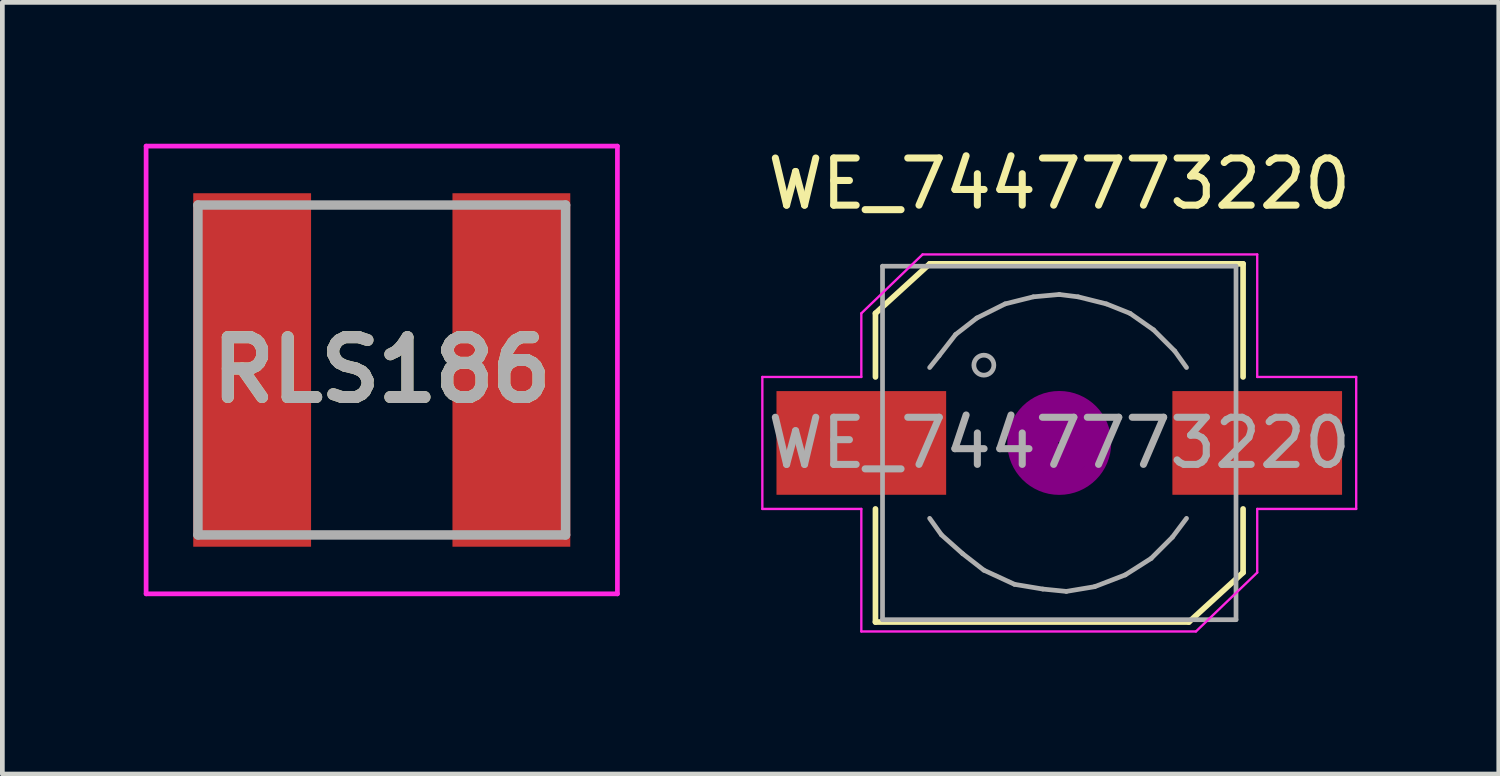
<source format=kicad_pcb>
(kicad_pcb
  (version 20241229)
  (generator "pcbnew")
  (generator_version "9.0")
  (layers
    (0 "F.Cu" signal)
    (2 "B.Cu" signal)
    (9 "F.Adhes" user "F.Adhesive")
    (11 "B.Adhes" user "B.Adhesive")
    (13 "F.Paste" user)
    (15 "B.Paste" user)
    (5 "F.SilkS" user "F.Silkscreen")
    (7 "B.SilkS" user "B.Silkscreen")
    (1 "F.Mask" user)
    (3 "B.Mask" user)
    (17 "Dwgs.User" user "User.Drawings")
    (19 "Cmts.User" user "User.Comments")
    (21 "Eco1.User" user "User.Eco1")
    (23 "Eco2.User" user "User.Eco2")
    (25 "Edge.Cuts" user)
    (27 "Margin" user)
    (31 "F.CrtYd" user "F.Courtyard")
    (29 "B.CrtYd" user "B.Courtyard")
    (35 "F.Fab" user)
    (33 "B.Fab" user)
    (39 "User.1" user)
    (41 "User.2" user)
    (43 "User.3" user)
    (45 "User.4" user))
  (footprint "WE_7447773220"
    (layer "F.Cu")
    (at 19.425 6.348)
    (property "Reference" "WE_7447773220" (at 0 -5.5 0) (layer "F.SilkS") (effects (font (size 1 1) (thickness 0.15))))
    (attr smd)
    (fp_line (start -3.9 -1.4) (end -3.9 -2.75) (stroke (width 0.12) (type solid)) (layer "F.SilkS"))
    (fp_line (start -3.9 1.4) (end -3.9 3.8) (stroke (width 0.12) (type solid)) (layer "F.SilkS"))
    (fp_line (start -3.9 3.8) (end 2.75 3.8) (stroke (width 0.12) (type solid)) (layer "F.SilkS"))
    (fp_line (start -2.75 -3.8) (end -3.9 -2.75) (stroke (width 0.12) (type solid)) (layer "F.SilkS"))
    (fp_line (start 3.9 -3.8) (end -2.75 -3.8) (stroke (width 0.12) (type solid)) (layer "F.SilkS"))
    (fp_line (start 3.9 -1.4) (end 3.9 -3.8) (stroke (width 0.12) (type solid)) (layer "F.SilkS"))
    (fp_line (start 3.9 2.75) (end 2.75 3.8) (stroke (width 0.12) (type solid)) (layer "F.SilkS"))
    (fp_line (start 3.9 2.75) (end 3.9 1.4) (stroke (width 0.12) (type solid)) (layer "F.SilkS"))
    (fp_circle (center 0 0) (end 0.15 0.15) (stroke (width 0.38) (type solid)) (fill no) (layer "F.Adhes"))
    (fp_circle (center 0 0) (end 0.55 0.05) (stroke (width 0.38) (type solid)) (fill no) (layer "F.Adhes"))
    (fp_circle (center 0 0) (end 0.9 0.15) (stroke (width 0.38) (type solid)) (fill no) (layer "F.Adhes"))
    (fp_line (start -6.3 -1.4) (end -6.3 1.4) (stroke (width 0.05) (type solid)) (layer "F.CrtYd"))
    (fp_line (start -6.3 1.4) (end -4.2 1.4) (stroke (width 0.05) (type solid)) (layer "F.CrtYd"))
    (fp_line (start -4.2 -2.75) (end -4.2 -1.4) (stroke (width 0.05) (type solid)) (layer "F.CrtYd"))
    (fp_line (start -4.2 -1.4) (end -6.3 -1.4) (stroke (width 0.05) (type solid)) (layer "F.CrtYd"))
    (fp_line (start -4.2 1.4) (end -4.2 4) (stroke (width 0.05) (type solid)) (layer "F.CrtYd"))
    (fp_line (start -4.2 4) (end 2.9 4) (stroke (width 0.05) (type solid)) (layer "F.CrtYd"))
    (fp_line (start -2.9 -4) (end -4.2 -2.75) (stroke (width 0.05) (type solid)) (layer "F.CrtYd"))
    (fp_line (start 4.2 -4) (end -2.9 -4) (stroke (width 0.05) (type solid)) (layer "F.CrtYd"))
    (fp_line (start 4.2 -1.4) (end 4.2 -4) (stroke (width 0.05) (type solid)) (layer "F.CrtYd"))
    (fp_line (start 4.2 1.4) (end 6.3 1.4) (stroke (width 0.05) (type solid)) (layer "F.CrtYd"))
    (fp_line (start 4.2 2.75) (end 2.9 4) (stroke (width 0.05) (type solid)) (layer "F.CrtYd"))
    (fp_line (start 4.2 2.75) (end 4.2 1.4) (stroke (width 0.05) (type solid)) (layer "F.CrtYd"))
    (fp_line (start 6.3 -1.4) (end 4.2 -1.4) (stroke (width 0.05) (type solid)) (layer "F.CrtYd"))
    (fp_line (start 6.3 1.4) (end 6.3 -1.4) (stroke (width 0.05) (type solid)) (layer "F.CrtYd"))
    (fp_line (start -3.75 -3.75) (end -3.75 3.75) (stroke (width 0.1) (type solid)) (layer "F.Fab"))
    (fp_line (start -3.75 3.75) (end 3.75 3.75) (stroke (width 0.1) (type solid)) (layer "F.Fab"))
    (fp_line (start -2.75 1.6) (end -2.5 1.95) (stroke (width 0.1) (type solid)) (layer "F.Fab"))
    (fp_line (start -2.55 -1.85) (end -2.75 -1.6) (stroke (width 0.1) (type solid)) (layer "F.Fab"))
    (fp_line (start -2.5 1.95) (end -2.05 2.35) (stroke (width 0.1) (type solid)) (layer "F.Fab"))
    (fp_line (start -2.2 -2.3) (end -2.55 -1.85) (stroke (width 0.1) (type solid)) (layer "F.Fab"))
    (fp_line (start -2.05 2.35) (end -1.6 2.7) (stroke (width 0.1) (type solid)) (layer "F.Fab"))
    (fp_line (start -1.75 -2.65) (end -2.2 -2.3) (stroke (width 0.1) (type solid)) (layer "F.Fab"))
    (fp_line (start -1.6 2.7) (end -0.95 3) (stroke (width 0.1) (type solid)) (layer "F.Fab"))
    (fp_line (start -1.15 -2.95) (end -1.75 -2.65) (stroke (width 0.1) (type solid)) (layer "F.Fab"))
    (fp_line (start -0.95 3) (end -0.35 3.1) (stroke (width 0.1) (type solid)) (layer "F.Fab"))
    (fp_line (start -0.55 -3.1) (end -1.15 -2.95) (stroke (width 0.1) (type solid)) (layer "F.Fab"))
    (fp_line (start -0.35 3.1) (end 0.15 3.15) (stroke (width 0.1) (type solid)) (layer "F.Fab"))
    (fp_line (start 0 -3.15) (end -0.55 -3.1) (stroke (width 0.1) (type solid)) (layer "F.Fab"))
    (fp_line (start 0.15 3.15) (end 0.75 3.05) (stroke (width 0.1) (type solid)) (layer "F.Fab"))
    (fp_line (start 0.4 -3.1) (end 0 -3.15) (stroke (width 0.1) (type solid)) (layer "F.Fab"))
    (fp_line (start 0.75 3.05) (end 1.4 2.8) (stroke (width 0.1) (type solid)) (layer "F.Fab"))
    (fp_line (start 1 -2.95) (end 0.4 -3.1) (stroke (width 0.1) (type solid)) (layer "F.Fab"))
    (fp_line (start 1.4 2.8) (end 1.95 2.45) (stroke (width 0.1) (type solid)) (layer "F.Fab"))
    (fp_line (start 1.5 -2.75) (end 1 -2.95) (stroke (width 0.1) (type solid)) (layer "F.Fab"))
    (fp_line (start 1.95 2.45) (end 2.4 2) (stroke (width 0.1) (type solid)) (layer "F.Fab"))
    (fp_line (start 2 -2.4) (end 1.5 -2.75) (stroke (width 0.1) (type solid)) (layer "F.Fab"))
    (fp_line (start 2.4 2) (end 2.7 1.6) (stroke (width 0.1) (type solid)) (layer "F.Fab"))
    (fp_line (start 2.45 -1.95) (end 2 -2.4) (stroke (width 0.1) (type solid)) (layer "F.Fab"))
    (fp_line (start 2.7 -1.6) (end 2.45 -1.95) (stroke (width 0.1) (type solid)) (layer "F.Fab"))
    (fp_line (start 3.75 -3.75) (end -3.75 -3.75) (stroke (width 0.1) (type solid)) (layer "F.Fab"))
    (fp_line (start 3.75 3.75) (end 3.75 -3.75) (stroke (width 0.1) (type solid)) (layer "F.Fab"))
    (fp_circle (center -1.6 -1.65) (end -1.45 -1.5) (stroke (width 0.1) (type solid)) (fill no) (layer "F.Fab"))
    (fp_text user "${REFERENCE}" (at 0 0 0) (layer "F.Fab") (effects (font (size 1 1) (thickness 0.15))))
    (pad "1" smd rect (at -4.2 0) (size 3.6 2.2) (layers "F.Cu" "F.Mask" "F.Paste"))
    (pad "2" smd rect (at 4.2 0) (size 3.6 2.2) (layers "F.Cu" "F.Mask" "F.Paste")))
  (footprint "RLS186"
    (layer "F.Cu")
    (at 5.05 4.8)
    (property "Reference" "RLS186" (at 0 0 0) (layer "F.SilkS") (effects (font (size 1.27 1.27) (thickness 0.254))))
    (attr smd)
    (fp_line (start -1 -3.5) (end 1 -3.5) (stroke (width 0.1) (type solid)) (layer "F.SilkS"))
    (fp_line (start -1 3.5) (end 1 3.5) (stroke (width 0.1) (type solid)) (layer "F.SilkS"))
    (fp_line (start -5 -4.75) (end 5 -4.75) (stroke (width 0.1) (type solid)) (layer "F.CrtYd"))
    (fp_line (start -5 4.75) (end -5 -4.75) (stroke (width 0.1) (type solid)) (layer "F.CrtYd"))
    (fp_line (start 5 -4.75) (end 5 4.75) (stroke (width 0.1) (type solid)) (layer "F.CrtYd"))
    (fp_line (start 5 4.75) (end -5 4.75) (stroke (width 0.1) (type solid)) (layer "F.CrtYd"))
    (fp_line (start -3.9 -3.5) (end 3.9 -3.5) (stroke (width 0.2) (type solid)) (layer "F.Fab"))
    (fp_line (start -3.9 3.5) (end -3.9 -3.5) (stroke (width 0.2) (type solid)) (layer "F.Fab"))
    (fp_line (start 3.9 -3.5) (end 3.9 3.5) (stroke (width 0.2) (type solid)) (layer "F.Fab"))
    (fp_line (start 3.9 3.5) (end -3.9 3.5) (stroke (width 0.2) (type solid)) (layer "F.Fab"))
    (fp_text user "${REFERENCE}" (at 0 0 0) (layer "F.Fab") (effects (font (size 1.27 1.27) (thickness 0.254))))
    (pad "1" smd rect (at -2.75 0) (size 2.5 7.5) (layers "F.Cu" "F.Mask" "F.Paste"))
    (pad "2" smd rect (at 2.75 0) (size 2.5 7.5) (layers "F.Cu" "F.Mask" "F.Paste")))
  (gr_rect
    (start -3 -3)
    (end 28.75 13.373)
    (stroke (width 0.1) (type default))
    (fill no)
    (layer "Edge.Cuts")))
</source>
